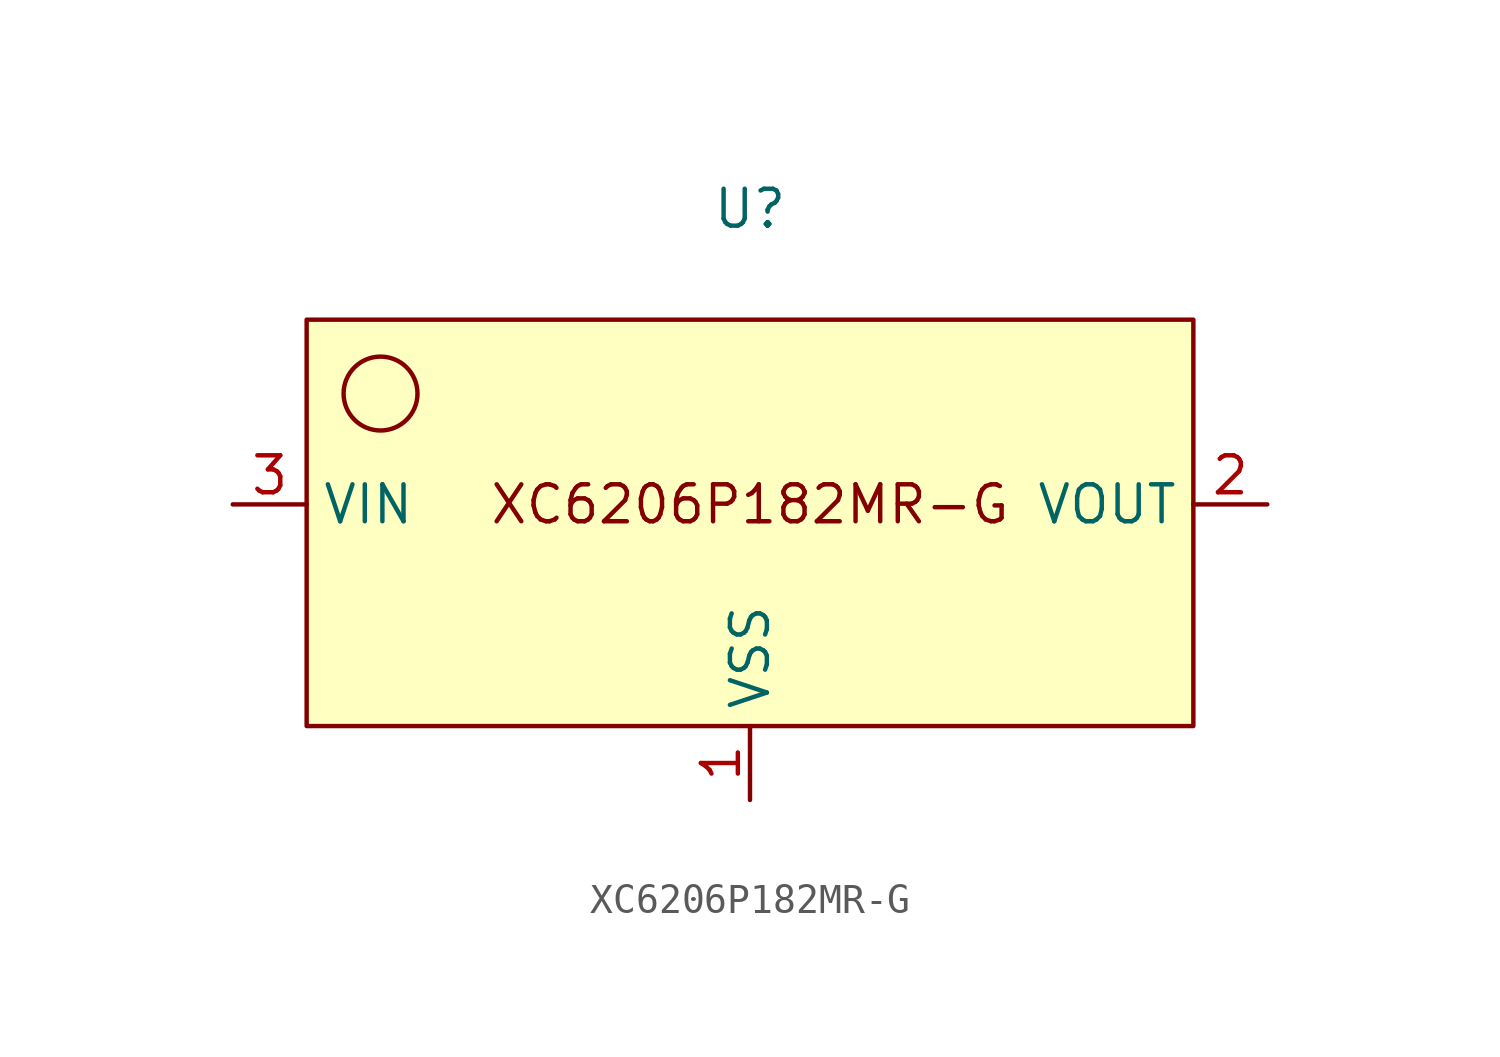
<source format=kicad_sym>
(kicad_symbol_lib
  (version 20231120)
  (generator "kicad_symbol_editor")
  (generator_version "8.0")
  (symbol "XC6206P182MR-G"
    (property "Reference" "U"
      (at 0 0 0)
      (effects (font (size 1.27 1.27))))
    (property "Value" ""
      (at 0 0 0)
      (effects (font (size 1.27 1.27))))
    (symbol "XC6206P182MR-G_0_1"
      (circle (center -12.7 -6.35) (radius 1.27) (stroke (width 0) (type default)) (fill (type none))))
    (symbol "XC6206P182MR-G_1_1"
      (rectangle (start -15.24 -3.81) (end 15.24 -17.78) (stroke (width 0) (type default)) (fill (type background)))
      (text "XC6206P182MR-G\n" (at 0 -10.16 0) (effects (font (size 1.27 1.27))))
      (pin power_in line (at 0 -20.32 90) (length 2.54) (name "VSS" (effects (font (size 1.27 1.27)))) (number "1" (effects (font (size 1.27 1.27)))))
      (pin power_out line (at 17.78 -10.16 180) (length 2.54) (name "VOUT" (effects (font (size 1.27 1.27)))) (number "2" (effects (font (size 1.27 1.27)))))
      (pin power_in line (at -17.78 -10.16 0) (length 2.54) (name "VIN" (effects (font (size 1.27 1.27)))) (number "3" (effects (font (size 1.27 1.27))))))))
</source>
